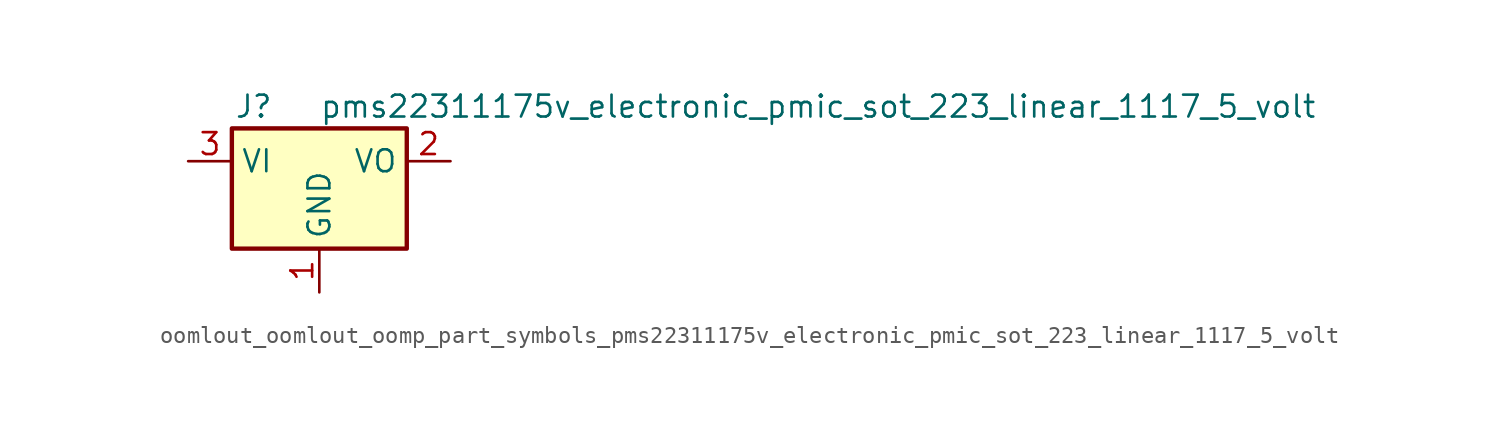
<source format=kicad_sym>
(kicad_symbol_lib
  (version 20220914)
  (generator kicad_symbol_editor)
  (symbol "oomlout_oomlout_oomp_part_symbols_pms22311175v_electronic_pmic_sot_223_linear_1117_5_volt"
    (property "Reference" "J"
      (at -3.81 3.175 0)
      (effects (font (size 1.27 1.27))))
    (property "Value" "pms22311175v_electronic_pmic_sot_223_linear_1117_5_volt"
      (at 0 3.175 0)
      (effects (font (size 1.27 1.27)) (justify left)))
    (symbol "oomlout_oomlout_oomp_part_symbols_pms22311175v_electronic_pmic_sot_223_linear_1117_5_volt_0_1"
      (rectangle (start -5.08 -5.08) (end 5.08 1.905) (stroke (width 0.254) (type default)) (fill (type background))))
    (symbol "oomlout_oomlout_oomp_part_symbols_pms22311175v_electronic_pmic_sot_223_linear_1117_5_volt_1_1"
      (pin power_in line (at 0 -7.62 90) (length 2.54) (name "GND" (effects (font (size 1.27 1.27)))) (number "1" (effects (font (size 1.27 1.27)))))
      (pin power_out line (at 7.62 0 180) (length 2.54) (name "VO" (effects (font (size 1.27 1.27)))) (number "2" (effects (font (size 1.27 1.27)))))
      (pin power_in line (at -7.62 0 0) (length 2.54) (name "VI" (effects (font (size 1.27 1.27)))) (number "3" (effects (font (size 1.27 1.27))))))))
</source>
